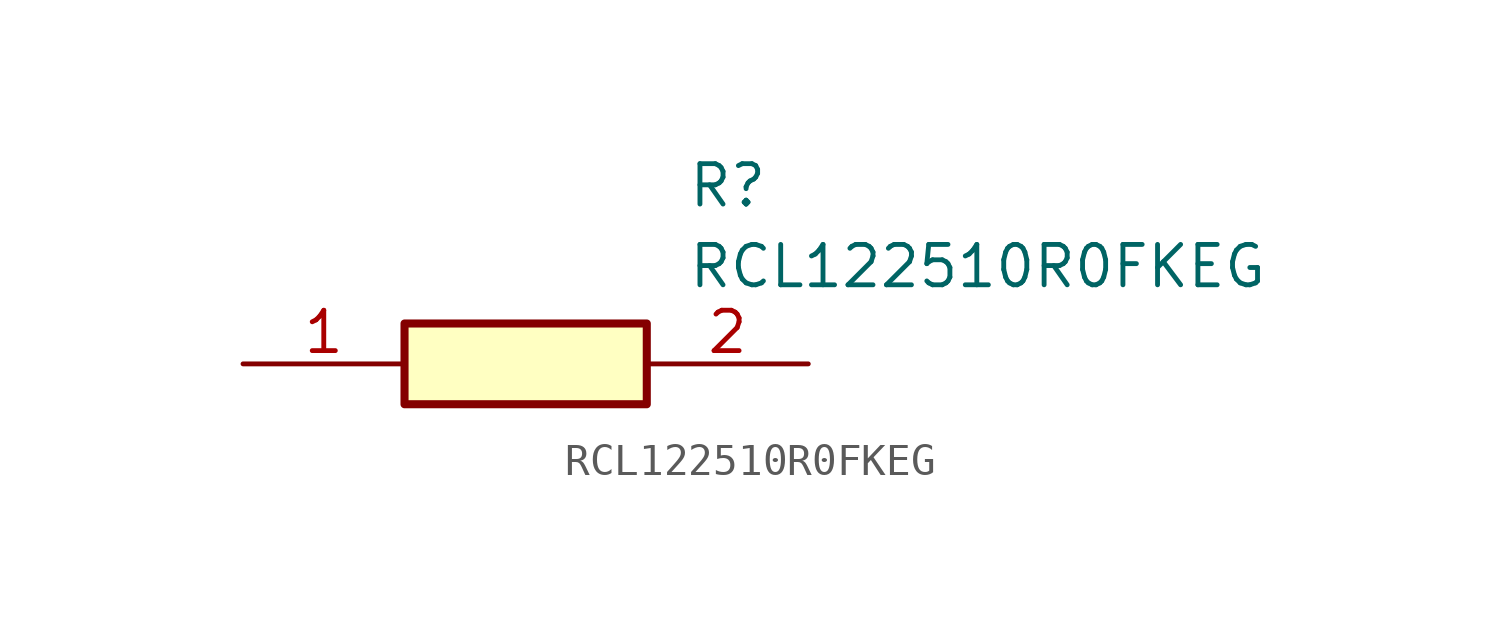
<source format=kicad_sym>
(kicad_symbol_lib
  (version 20211014)
  (generator SamacSys_ECAD_Model)
  (symbol "RCL122510R0FKEG"
    (pin_names hide)
    (property "Reference" "R"
      (at 13.97 6.35 0)
      (effects (font (size 1.27 1.27)) (justify left top)))
    (property "Value" "RCL122510R0FKEG"
      (at 13.97 3.81 0)
      (effects (font (size 1.27 1.27)) (justify left top)))
    (rectangle
      (start 5.08 1.27)
      (end 12.7 -1.27)
      (stroke (width 0.254) (type default))
      (fill (type background)))
    (pin passive line
      (at 0 0 0)
      (length 5.08)
      (name "1" (effects (font (size 1.27 1.27))))
      (number "1" (effects (font (size 1.27 1.27)))))
    (pin passive line
      (at 17.78 0 180)
      (length 5.08)
      (name "2" (effects (font (size 1.27 1.27))))
      (number "2" (effects (font (size 1.27 1.27)))))))
</source>
